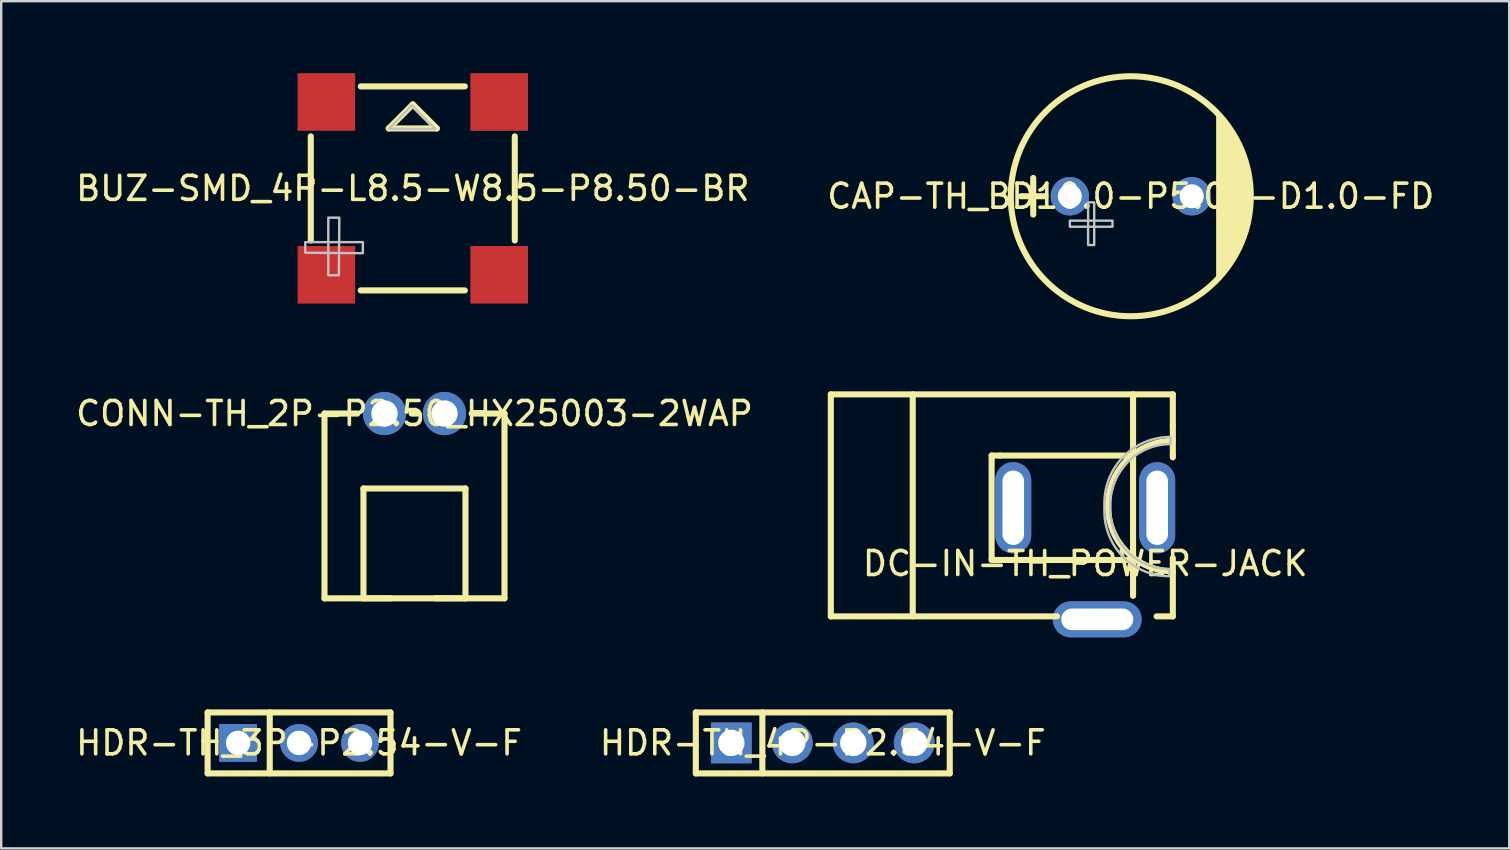
<source format=kicad_pcb>
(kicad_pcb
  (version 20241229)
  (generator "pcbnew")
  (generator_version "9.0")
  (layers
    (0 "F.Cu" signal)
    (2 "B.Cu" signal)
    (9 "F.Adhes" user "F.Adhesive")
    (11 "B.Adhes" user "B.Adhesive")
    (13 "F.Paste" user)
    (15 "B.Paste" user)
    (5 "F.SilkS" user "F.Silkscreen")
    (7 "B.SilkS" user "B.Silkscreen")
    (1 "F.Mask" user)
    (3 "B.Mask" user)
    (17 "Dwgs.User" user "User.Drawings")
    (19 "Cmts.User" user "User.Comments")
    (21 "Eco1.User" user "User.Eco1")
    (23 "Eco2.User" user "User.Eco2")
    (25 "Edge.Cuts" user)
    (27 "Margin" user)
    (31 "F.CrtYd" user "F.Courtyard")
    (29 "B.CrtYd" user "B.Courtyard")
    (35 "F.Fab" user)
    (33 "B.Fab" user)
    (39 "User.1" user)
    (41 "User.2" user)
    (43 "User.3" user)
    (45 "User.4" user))
  (footprint "HDR-TH_4P-P2.54-V-F"
    (layer "F.Cu")
    (at 31.232 27.904)
    (property "Reference" "HDR-TH_4P-P2.54-V-F" (at 0 0 0) (layer "F.SilkS") (effects (font (size 1 1) (thickness 0.15))))
    (fp_line (start -5.29 -1.27) (end -5.29 1.27) (stroke (width 0.254) (type default)) (layer "F.SilkS"))
    (fp_line (start -5.29 -1.27) (end 5.29 -1.27) (stroke (width 0.254) (type default)) (layer "F.SilkS"))
    (fp_line (start -5.29 1.27) (end 5.29 1.27) (stroke (width 0.254) (type default)) (layer "F.SilkS"))
    (fp_line (start -2.517 -1.27) (end -2.517 1.27) (stroke (width 0.254) (type default)) (layer "F.SilkS"))
    (fp_line (start 5.29 -1.27) (end 5.29 1.27) (stroke (width 0.254) (type default)) (layer "F.SilkS"))
    (fp_poly (pts (xy -4.13 -0.15) (xy -3.49 -0.15) (xy -3.49 0.15) (xy -4.13 0.15)) (stroke (width 0.1) (type default)) (fill no) (layer "User.1"))
    (fp_poly (pts (xy -1.59 -0.15) (xy -0.95 -0.15) (xy -0.95 0.15) (xy -1.59 0.15)) (stroke (width 0.1) (type default)) (fill no) (layer "User.1"))
    (fp_poly (pts (xy 0.95 -0.15) (xy 1.59 -0.15) (xy 1.59 0.15) (xy 0.95 0.15)) (stroke (width 0.1) (type default)) (fill no) (layer "User.1"))
    (fp_poly (pts (xy 3.49 -0.15) (xy 4.13 -0.15) (xy 4.13 0.15) (xy 3.49 0.15)) (stroke (width 0.1) (type default)) (fill no) (layer "User.1"))
    (fp_line (start -5.25 -1.25) (end 5.25 -1.25) (stroke (width 0.051) (type default)) (layer "User.2"))
    (fp_line (start -5.25 1.25) (end -5.25 -1.25) (stroke (width 0.051) (type default)) (layer "User.2"))
    (fp_line (start 5.25 -1.25) (end 5.25 1.25) (stroke (width 0.051) (type default)) (layer "User.2"))
    (fp_line (start 5.25 1.25) (end -5.25 1.25) (stroke (width 0.051) (type default)) (layer "User.2"))
    (fp_poly (pts (xy -5.195 1.227) (xy -5.227 1.195) (xy -5.273 1.195) (xy -5.305 1.227) (xy -5.305 1.273) (xy -5.273 1.305) (xy -5.227 1.305) (xy -5.195 1.273)) (stroke (width 0.1) (type default)) (fill no) (layer "User.3"))
    (pad "1" thru_hole rect (at -3.81 0) (size 1.7 1.7) (drill 1.1) (layers "*.Cu" "*.Mask"))
    (pad "2" thru_hole circle (at -1.27 0) (size 1.7 1.7) (drill 1.1) (layers "*.Cu" "*.Mask"))
    (pad "3" thru_hole circle (at 1.27 0) (size 1.7 1.7) (drill 1.1) (layers "*.Cu" "*.Mask"))
    (pad "4" thru_hole circle (at 3.81 0) (size 1.7 1.7) (drill 1.1) (layers "*.Cu" "*.Mask")))
  (footprint "CAP-TH_BD10.0-P5.00-D1.0-FD"
    (layer "F.Cu")
    (at 44.065 5.127)
    (property "Reference" "CAP-TH_BD10.0-P5.00-D1.0-FD" (at 0 0 0) (layer "F.SilkS") (effects (font (size 1 1) (thickness 0.15))))
    (fp_line (start -4.572 0) (end -3.556 0) (stroke (width 0.254) (type default)) (layer "F.SilkS"))
    (fp_line (start -4.064 -0.762) (end -4.064 0.762) (stroke (width 0.254) (type default)) (layer "F.SilkS"))
    (fp_circle (center 0 0) (end 5 0) (stroke (width 0.254) (type default)) (fill no) (layer "F.SilkS"))
    (fp_poly (pts (xy 3.556 -3.556) (xy 3.556 3.556) (xy 4.318 2.54) (xy 4.826 1.016) (xy 5.08 -0.508) (xy 4.826 -1.524)) (stroke (width 0) (type default)) (fill yes) (layer "F.SilkS"))
    (fp_poly (pts (xy -2.54 1.016) (xy -0.762 1.016) (xy -0.762 1.27) (xy -2.54 1.27)) (stroke (width 0.1) (type default)) (fill no) (layer "Dwgs.User"))
    (fp_poly (pts (xy -1.778 0.762) (xy -1.778 2.032) (xy -1.524 2.032) (xy -1.524 0.254) (xy -1.778 0.254)) (stroke (width 0.1) (type default)) (fill no) (layer "Dwgs.User"))
    (fp_poly (pts (xy -2.243 -0.039) (xy -2.263 -0.115) (xy -2.302 -0.183) (xy -2.357 -0.238) (xy -2.425 -0.277) (xy -2.501 -0.297) (xy -2.579 -0.297) (xy -2.655 -0.277) (xy -2.723 -0.238) (xy -2.778 -0.183) (xy -2.817 -0.115) (xy -2.837 -0.039) (xy -2.837 0.039) (xy -2.817 0.115) (xy -2.778 0.183) (xy -2.723 0.238) (xy -2.655 0.277) (xy -2.579 0.297) (xy -2.501 0.297) (xy -2.425 0.277) (xy -2.357 0.238) (xy -2.302 0.183) (xy -2.263 0.115) (xy -2.243 0.039)) (stroke (width 0.1) (type default)) (fill no) (layer "User.1"))
    (fp_poly (pts (xy 2.837 -0.039) (xy 2.817 -0.115) (xy 2.778 -0.183) (xy 2.723 -0.238) (xy 2.655 -0.277) (xy 2.579 -0.297) (xy 2.501 -0.297) (xy 2.425 -0.277) (xy 2.357 -0.238) (xy 2.302 -0.183) (xy 2.263 -0.115) (xy 2.243 -0.039) (xy 2.243 0.039) (xy 2.263 0.115) (xy 2.302 0.183) (xy 2.357 0.238) (xy 2.425 0.277) (xy 2.501 0.297) (xy 2.579 0.297) (xy 2.655 0.277) (xy 2.723 0.238) (xy 2.778 0.183) (xy 2.817 0.115) (xy 2.837 0.039)) (stroke (width 0.1) (type default)) (fill no) (layer "User.1"))
    (fp_arc (start -5 0) (mid 0 -5) (end 5 0) (stroke (width 0.051) (type default)) (layer "User.2"))
    (fp_arc (start 5 0) (mid 0 5) (end -5 0) (stroke (width 0.051) (type default)) (layer "User.2"))
    (fp_poly (pts (xy -4.945 4.977) (xy -4.977 4.945) (xy -5.023 4.945) (xy -5.055 4.977) (xy -5.055 5.023) (xy -5.023 5.055) (xy -4.977 5.055) (xy -4.945 5.023)) (stroke (width 0.1) (type default)) (fill no) (layer "User.3"))
    (pad "1" thru_hole circle (at -2.54 0) (size 1.6 1.6) (drill 1) (layers "*.Cu" "*.Mask"))
    (pad "2" thru_hole circle (at 2.54 0) (size 1.6 1.6) (drill 1) (layers "*.Cu" "*.Mask")))
  (footprint "BUZ-SMD_4P-L8.5-W8.5-P8.50-BR"
    (layer "F.Cu")
    (at 14.149 4.8)
    (property "Reference" "BUZ-SMD_4P-L8.5-W8.5-P8.50-BR" (at 0 0 0) (layer "F.SilkS") (effects (font (size 1 1) (thickness 0.15))))
    (fp_line (start -4.25 2.169) (end -4.25 -2.169) (stroke (width 0.254) (type default)) (layer "F.SilkS"))
    (fp_line (start -2.168 -4.25) (end 2.168 -4.25) (stroke (width 0.254) (type default)) (layer "F.SilkS"))
    (fp_line (start -1 -2.499) (end 1 -2.499) (stroke (width 0.254) (type default)) (layer "F.SilkS"))
    (fp_line (start 0 -3.499) (end -1 -2.499) (stroke (width 0.254) (type default)) (layer "F.SilkS"))
    (fp_line (start 1 -2.499) (end 0 -3.499) (stroke (width 0.254) (type default)) (layer "F.SilkS"))
    (fp_line (start 2.168 4.25) (end -2.168 4.25) (stroke (width 0.254) (type default)) (layer "F.SilkS"))
    (fp_line (start 4.25 -2.168) (end 4.25 2.169) (stroke (width 0.254) (type default)) (layer "F.SilkS"))
    (fp_poly (pts (xy -1 -2.48) (xy 0.94 -2.48) (xy -0.04 -3.46)) (stroke (width 0.1) (type default)) (fill no) (layer "Dwgs.User"))
    (fp_poly (pts (xy -4.48 2.68) (xy -4.48 2.24) (xy -2.08 2.24) (xy -2.08 2.7)) (stroke (width 0.1) (type default)) (fill no) (layer "Dwgs.User"))
    (fp_poly (pts (xy -3.08 3.618) (xy -3.52 3.618) (xy -3.52 1.218) (xy -3.06 1.218)) (stroke (width 0.1) (type default)) (fill no) (layer "Dwgs.User"))
    (fp_poly (pts (xy -4.25 -3.05) (xy -4.25 -4.25) (xy -3.05 -4.25) (xy -3.05 -3.05)) (stroke (width 0.1) (type default)) (fill no) (layer "User.1"))
    (fp_poly (pts (xy -4.25 4.25) (xy -4.25 3.05) (xy -3.05 3.05) (xy -3.05 4.25)) (stroke (width 0.1) (type default)) (fill no) (layer "User.1"))
    (fp_poly (pts (xy 3.05 -3.05) (xy 3.05 -4.25) (xy 4.25 -4.25) (xy 4.25 -3.05)) (stroke (width 0.1) (type default)) (fill no) (layer "User.1"))
    (fp_poly (pts (xy 3.05 4.25) (xy 3.05 3.05) (xy 4.25 3.05) (xy 4.25 4.25)) (stroke (width 0.1) (type default)) (fill no) (layer "User.1"))
    (fp_line (start -4.25 -4.25) (end 4.25 -4.25) (stroke (width 0.051) (type default)) (layer "User.2"))
    (fp_line (start -4.25 4.25) (end -4.25 -4.25) (stroke (width 0.051) (type default)) (layer "User.2"))
    (fp_line (start 4.25 -4.25) (end 4.25 4.25) (stroke (width 0.051) (type default)) (layer "User.2"))
    (fp_line (start 4.25 4.25) (end -4.25 4.25) (stroke (width 0.051) (type default)) (layer "User.2"))
    (fp_poly (pts (xy -4.195 4.227) (xy -4.227 4.195) (xy -4.273 4.195) (xy -4.305 4.227) (xy -4.305 4.273) (xy -4.273 4.305) (xy -4.227 4.305) (xy -4.195 4.273)) (stroke (width 0.1) (type default)) (fill no) (layer "User.3"))
    (pad "1" smd rect (at -3.6 3.6) (size 2.4 2.4) (layers "F.Cu" "F.Mask" "F.Paste"))
    (pad "2" smd rect (at 3.6 3.6) (size 2.4 2.4) (layers "F.Cu" "F.Mask" "F.Paste"))
    (pad "3" smd rect (at 3.599 -3.599) (size 2.4 2.4) (layers "F.Cu" "F.Mask" "F.Paste"))
    (pad "4" smd rect (at -3.6 -3.6) (size 2.4 2.4) (layers "F.Cu" "F.Mask" "F.Paste")))
  (footprint "HDR-TH_3P-P2.54-V-F"
    (layer "F.Cu")
    (at 9.411 27.904)
    (property "Reference" "HDR-TH_3P-P2.54-V-F" (at 0 0 0) (layer "F.SilkS") (effects (font (size 1 1) (thickness 0.15))))
    (fp_line (start -3.81 -1.27) (end -3.81 1.27) (stroke (width 0.254) (type default)) (layer "F.SilkS"))
    (fp_line (start -3.81 -1.27) (end 3.81 -1.27) (stroke (width 0.254) (type default)) (layer "F.SilkS"))
    (fp_line (start -3.81 1.27) (end 3.81 1.27) (stroke (width 0.254) (type default)) (layer "F.SilkS"))
    (fp_line (start -1.222 -1.27) (end -1.222 1.27) (stroke (width 0.254) (type default)) (layer "F.SilkS"))
    (fp_line (start 3.81 -1.27) (end 3.81 1.27) (stroke (width 0.254) (type default)) (layer "F.SilkS"))
    (fp_poly (pts (xy -2.86 -0.125) (xy -2.22 -0.125) (xy -2.22 0.125) (xy -2.86 0.125)) (stroke (width 0.1) (type default)) (fill no) (layer "User.1"))
    (fp_poly (pts (xy -0.32 -0.125) (xy 0.32 -0.125) (xy 0.32 0.125) (xy -0.32 0.125)) (stroke (width 0.1) (type default)) (fill no) (layer "User.1"))
    (fp_poly (pts (xy 2.22 -0.125) (xy 2.86 -0.125) (xy 2.86 0.125) (xy 2.22 0.125)) (stroke (width 0.1) (type default)) (fill no) (layer "User.1"))
    (fp_line (start -3.81 -1.25) (end 3.81 -1.25) (stroke (width 0.051) (type default)) (layer "User.2"))
    (fp_line (start -3.81 1.25) (end -3.81 -1.25) (stroke (width 0.051) (type default)) (layer "User.2"))
    (fp_line (start 3.81 -1.25) (end 3.81 1.25) (stroke (width 0.051) (type default)) (layer "User.2"))
    (fp_line (start 3.81 1.25) (end -3.81 1.25) (stroke (width 0.051) (type default)) (layer "User.2"))
    (fp_poly (pts (xy -3.755 1.227) (xy -3.787 1.195) (xy -3.833 1.195) (xy -3.865 1.227) (xy -3.865 1.273) (xy -3.833 1.305) (xy -3.787 1.305) (xy -3.755 1.273)) (stroke (width 0.1) (type default)) (fill no) (layer "User.3"))
    (pad "1" thru_hole rect (at -2.54 0) (size 1.575 1.575) (drill 1.02) (layers "*.Cu" "*.Mask"))
    (pad "2" thru_hole circle (at 0 0) (size 1.575 1.575) (drill 1.02) (layers "*.Cu" "*.Mask"))
    (pad "3" thru_hole circle (at 2.54 0) (size 1.575 1.575) (drill 1.02) (layers "*.Cu" "*.Mask")))
  (footprint "DC-IN-TH_POWER-JACK"
    (layer "F.Cu")
    (at 42.167 20.431)
    (property "Reference" "DC-IN-TH_POWER-JACK" (at 0 0 0) (layer "F.SilkS") (effects (font (size 1 1) (thickness 0.15))))
    (fp_line (start -10.6 -7.05) (end -10.6 2.2) (stroke (width 0.254) (type default)) (layer "F.SilkS"))
    (fp_line (start -10.6 2.2) (end -1.173 2.2) (stroke (width 0.254) (type default)) (layer "F.SilkS"))
    (fp_line (start -7.187 -7.05) (end -7.187 2.2) (stroke (width 0.254) (type default)) (layer "F.SilkS"))
    (fp_line (start -3.9 -4.5) (end -3.9 -0.15) (stroke (width 0.254) (type default)) (layer "F.SilkS"))
    (fp_line (start -3.9 -0.15) (end -3.55 -0.15) (stroke (width 0.254) (type default)) (layer "F.SilkS"))
    (fp_line (start -3.55 -4.5) (end -3.9 -4.5) (stroke (width 0.254) (type default)) (layer "F.SilkS"))
    (fp_line (start -3.55 -4.5) (end 1.993 -4.5) (stroke (width 0.254) (type default)) (layer "F.SilkS"))
    (fp_line (start -3.55 -0.15) (end 1.993 -0.15) (stroke (width 0.254) (type default)) (layer "F.SilkS"))
    (fp_line (start 1.993 -4.5) (end 1.993 -7.05) (stroke (width 0.254) (type default)) (layer "F.SilkS"))
    (fp_line (start 1.993 -4.5) (end 1.993 1.345) (stroke (width 0.254) (type default)) (layer "F.SilkS"))
    (fp_line (start 2.974 2.2) (end 3.65 2.2) (stroke (width 0.254) (type default)) (layer "F.SilkS"))
    (fp_line (start 3.65 -7.05) (end -10.6 -7.05) (stroke (width 0.254) (type default)) (layer "F.SilkS"))
    (fp_line (start 3.65 -5.75) (end 3.65 -7.05) (stroke (width 0.254) (type default)) (layer "F.SilkS"))
    (fp_line (start 3.65 -5.75) (end 3.65 -4.5) (stroke (width 0.254) (type default)) (layer "F.SilkS"))
    (fp_line (start 3.65 -4.5) (end 3.65 -4.424) (stroke (width 0.254) (type default)) (layer "F.SilkS"))
    (fp_line (start 3.65 2.2) (end 3.65 -0.227) (stroke (width 0.254) (type default)) (layer "F.SilkS"))
    (fp_arc (start 3.65 0.3225) (mid 0.932 -2.3955) (end 3.65 -5.114) (stroke (width 0.254) (type default)) (layer "F.SilkS"))
    (fp_poly (pts (arc (start 3.55 -4.9755) (mid 1.782233 -4.243267) (end 1.05 -2.4755)) (xy 1.05 -2.325) (arc (start 1.05 -2.2255) (mid 1.767442 -0.493442) (end 3.4995 0.2245)) (arc (start 3.4995 0.5245) (mid 1.590312 -0.266312) (end 0.7995 -2.1755)) (xy 0.799 -2.325) (arc (start 0.7995 -2.5255) (mid 1.605103 -4.470397) (end 3.55 -5.2755))) (stroke (width 0.1) (type default)) (fill no) (layer "Dwgs.User"))
    (fp_poly (pts (xy -2.849 -1.075) (xy -3.15 -1.075) (xy -3.15 -3.575) (xy -2.849 -3.575)) (stroke (width 0.1) (type default)) (fill no) (layer "User.1"))
    (fp_poly (pts (xy -0.499 2.475) (xy -0.499 1.976) (xy 1.5 1.976) (xy 1.5 2.475)) (stroke (width 0.1) (type default)) (fill no) (layer "User.1"))
    (fp_poly (pts (xy -0.499 2.475) (xy -0.499 2.175) (xy 1.5 2.175) (xy 1.5 2.475)) (stroke (width 0.1) (type default)) (fill no) (layer "User.1"))
    (fp_poly (pts (xy 2.849 -3.575) (xy 3.15 -3.575) (xy 3.15 -1.075) (xy 2.849 -1.075)) (stroke (width 0.1) (type default)) (fill no) (layer "User.1"))
    (fp_line (start -10.5 -6.825) (end 3.6 -6.825) (stroke (width 0.051) (type default)) (layer "User.2"))
    (fp_line (start -10.5 2.175) (end -10.5 -6.825) (stroke (width 0.051) (type default)) (layer "User.2"))
    (fp_line (start 3.6 -6.825) (end 3.6 2.175) (stroke (width 0.051) (type default)) (layer "User.2"))
    (fp_line (start 3.6 2.175) (end -10.5 2.175) (stroke (width 0.051) (type default)) (layer "User.2"))
    (fp_poly (pts (xy 3.655 -6.848) (xy 3.623 -6.881) (xy 3.577 -6.881) (xy 3.545 -6.848) (xy 3.545 -6.803) (xy 3.577 -6.77) (xy 3.623 -6.77) (xy 3.655 -6.803)) (stroke (width 0.1) (type default)) (fill no) (layer "User.3"))
    (pad "1" thru_hole oval (at 2.999 -2.325) (size 1.5 3.8) (drill oval 0.9 3.1) (layers "*.Cu" "*.Mask"))
    (pad "2" thru_hole oval (at -2.999 -2.325 180) (size 1.5 3.8) (drill oval 0.9 3.1) (layers "*.Cu" "*.Mask"))
    (pad "3" thru_hole oval (at 0.5 2.325 270) (size 1.5 3.7) (drill oval 0.9 3) (layers "*.Cu" "*.Mask")))
  (footprint "CONN-TH_2P-P2.50_HX25003-2WAP"
    (layer "F.Cu")
    (at 14.22 14.18)
    (property "Reference" "CONN-TH_2P-P2.50_HX25003-2WAP" (at 0 0 0) (layer "F.SilkS") (effects (font (size 1 1) (thickness 0.15))))
    (fp_line (start -3.75 0) (end -2.381 0) (stroke (width 0.254) (type default)) (layer "F.SilkS"))
    (fp_line (start -3.75 7.7) (end -3.75 0) (stroke (width 0.254) (type default)) (layer "F.SilkS"))
    (fp_line (start -3.75 7.7) (end 3.75 7.7) (stroke (width 0.254) (type default)) (layer "F.SilkS"))
    (fp_line (start -2.126 3.124) (end 2.124 3.124) (stroke (width 0.254) (type default)) (layer "F.SilkS"))
    (fp_line (start -2.126 7.699) (end -2.126 3.124) (stroke (width 0.254) (type default)) (layer "F.SilkS"))
    (fp_line (start -1.002 7.699) (end -2.126 7.699) (stroke (width 0.254) (type default)) (layer "F.SilkS"))
    (fp_line (start -0.119 0) (end 0.119 0) (stroke (width 0.254) (type default)) (layer "F.SilkS"))
    (fp_line (start 2.124 3.124) (end 2.124 7.699) (stroke (width 0.254) (type default)) (layer "F.SilkS"))
    (fp_line (start 2.124 7.699) (end 0.875 7.699) (stroke (width 0.254) (type default)) (layer "F.SilkS"))
    (fp_line (start 3.75 0) (end 2.381 0) (stroke (width 0.254) (type default)) (layer "F.SilkS"))
    (fp_line (start 3.75 7.7) (end 3.75 0) (stroke (width 0.254) (type default)) (layer "F.SilkS"))
    (fp_poly (pts (xy -0.804 -0.059) (xy -0.834 -0.172) (xy -0.893 -0.274) (xy -0.976 -0.357) (xy -1.078 -0.416) (xy -1.191 -0.446) (xy -1.309 -0.446) (xy -1.422 -0.416) (xy -1.524 -0.357) (xy -1.607 -0.274) (xy -1.666 -0.172) (xy -1.696 -0.059) (xy -1.696 0.059) (xy -1.666 0.172) (xy -1.607 0.274) (xy -1.524 0.357) (xy -1.422 0.416) (xy -1.309 0.446) (xy -1.191 0.446) (xy -1.078 0.416) (xy -0.976 0.357) (xy -0.893 0.274) (xy -0.834 0.172) (xy -0.804 0.059)) (stroke (width 0.1) (type default)) (fill no) (layer "User.1"))
    (fp_poly (pts (xy 1.696 -0.059) (xy 1.666 -0.172) (xy 1.607 -0.274) (xy 1.524 -0.357) (xy 1.422 -0.416) (xy 1.309 -0.446) (xy 1.191 -0.446) (xy 1.078 -0.416) (xy 0.976 -0.357) (xy 0.893 -0.274) (xy 0.834 -0.172) (xy 0.804 -0.059) (xy 0.804 0.059) (xy 0.834 0.172) (xy 0.893 0.274) (xy 0.976 0.357) (xy 1.078 0.416) (xy 1.191 0.446) (xy 1.309 0.446) (xy 1.422 0.416) (xy 1.524 0.357) (xy 1.607 0.274) (xy 1.666 0.172) (xy 1.696 0.059)) (stroke (width 0.1) (type default)) (fill no) (layer "User.1"))
    (fp_line (start -3.877 -0.9) (end 3.877 -0.9) (stroke (width 0.051) (type default)) (layer "User.2"))
    (fp_line (start -3.877 7.827) (end -3.877 -0.9) (stroke (width 0.051) (type default)) (layer "User.2"))
    (fp_line (start 3.877 -0.9) (end 3.877 7.827) (stroke (width 0.051) (type default)) (layer "User.2"))
    (fp_line (start 3.877 7.827) (end -3.877 7.827) (stroke (width 0.051) (type default)) (layer "User.2"))
    (fp_poly (pts (xy -3.822 7.804) (xy -3.854 7.772) (xy -3.9 7.772) (xy -3.932 7.804) (xy -3.932 7.85) (xy -3.9 7.882) (xy -3.854 7.882) (xy -3.822 7.85)) (stroke (width 0.1) (type default)) (fill no) (layer "User.3"))
    (pad "1" thru_hole circle (at -1.25 0) (size 1.8 1.8) (drill 1.1) (layers "*.Cu" "*.Mask"))
    (pad "2" thru_hole circle (at 1.25 0) (size 1.8 1.8) (drill 1.1) (layers "*.Cu" "*.Mask")))
  (gr_rect
    (start -3 -3)
    (end 59.833 32.3)
    (stroke (width 0.1) (type default))
    (fill no)
    (layer "Edge.Cuts")))
</source>
